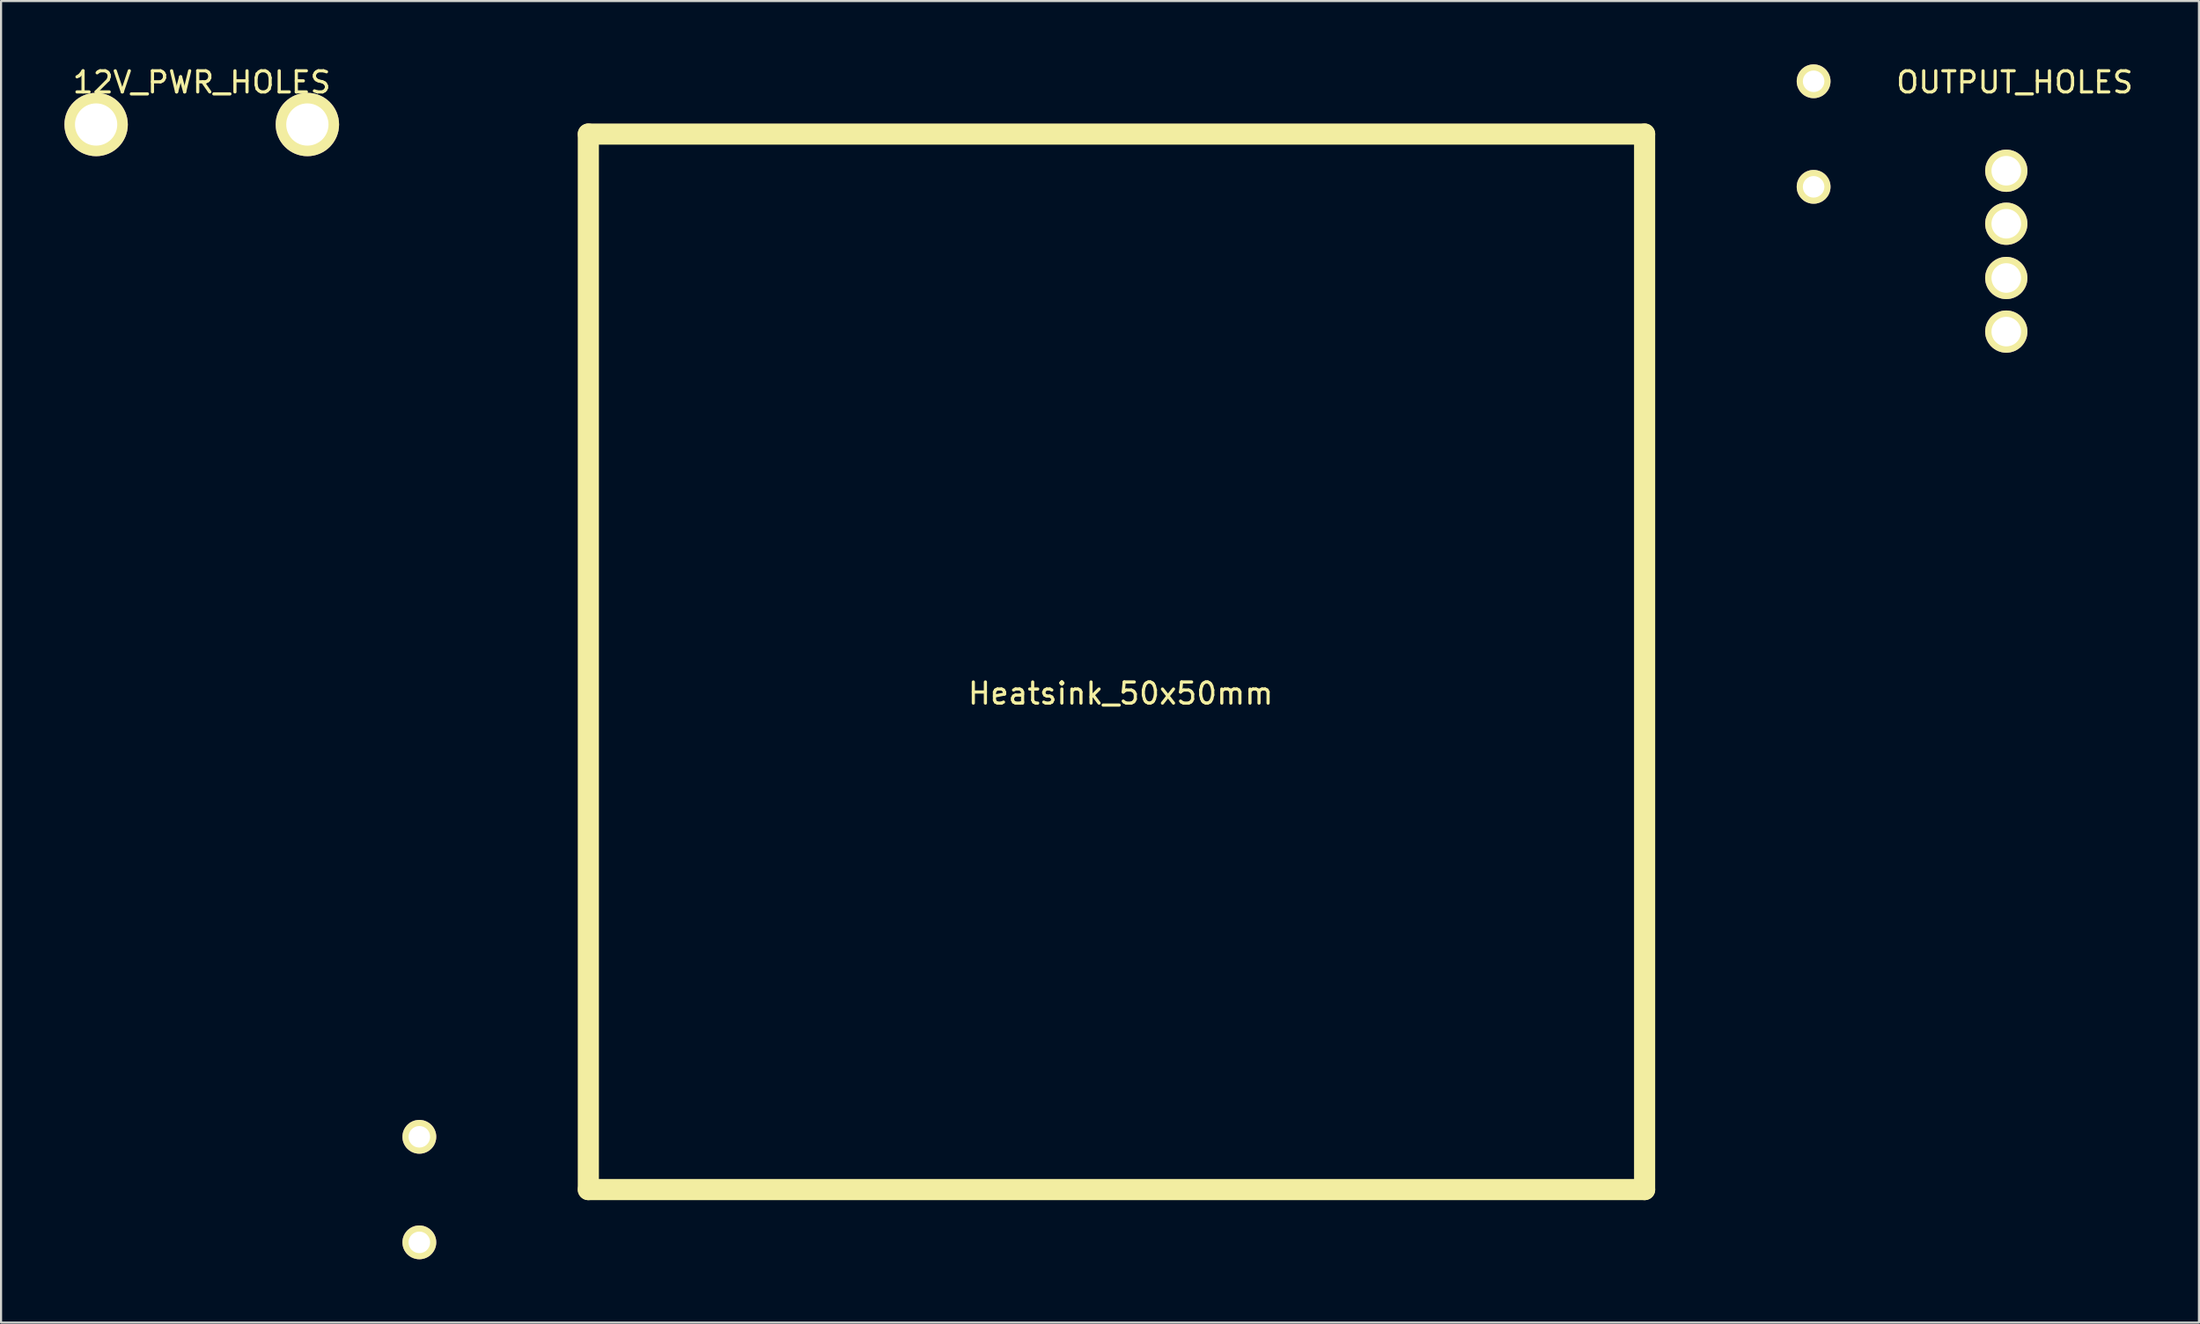
<source format=kicad_pcb>
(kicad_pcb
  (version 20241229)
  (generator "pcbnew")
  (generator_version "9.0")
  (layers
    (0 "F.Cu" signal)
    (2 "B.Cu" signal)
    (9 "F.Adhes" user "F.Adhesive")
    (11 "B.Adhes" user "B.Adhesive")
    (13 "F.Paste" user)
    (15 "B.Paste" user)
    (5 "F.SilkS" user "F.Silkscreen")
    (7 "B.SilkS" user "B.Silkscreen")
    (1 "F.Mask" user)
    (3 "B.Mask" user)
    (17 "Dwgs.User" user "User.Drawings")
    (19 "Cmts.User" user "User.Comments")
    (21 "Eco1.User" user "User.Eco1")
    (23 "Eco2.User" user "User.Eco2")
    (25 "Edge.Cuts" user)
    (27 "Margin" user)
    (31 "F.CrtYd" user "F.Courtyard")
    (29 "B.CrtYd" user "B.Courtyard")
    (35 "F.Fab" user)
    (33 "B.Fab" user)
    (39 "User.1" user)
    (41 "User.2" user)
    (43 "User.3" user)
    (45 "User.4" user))
  (footprint "OUTPUT_HOLES"
    (layer "F.Cu")
    (at 91.92 8.848)
    (property "Reference" "OUTPUT_HOLES" (at 0.4 -8 0) (layer "F.SilkS") (effects (font (size 1 1) (thickness 0.15))))
    (attr through_hole)
    (pad "1" thru_hole circle (at 0 -3.81) (size 2 2) (drill 1.4) (layers "*.Cu" "*.Mask" "F.SilkS"))
    (pad "2" thru_hole circle (at 0 -1.3) (size 2 2) (drill 1.4) (layers "*.Cu" "*.Mask" "F.SilkS"))
    (pad "3" thru_hole circle (at 0 1.27) (size 2 2) (drill 1.4) (layers "*.Cu" "*.Mask" "F.SilkS"))
    (pad "4" thru_hole circle (at 0 3.81) (size 2 2) (drill 1.4) (layers "*.Cu" "*.Mask" "F.SilkS")))
  (footprint "Heatsink_50x50mm"
    (layer "F.Cu")
    (at 49.8 28.3)
    (property "Reference" "Heatsink_50x50mm" (at 0.2 1.5 0) (layer "F.SilkS") (effects (font (size 1 1) (thickness 0.15))))
    (attr through_hole)
    (fp_line (start -25 -25) (end -25 25) (stroke (width 1) (type solid)) (layer "F.SilkS"))
    (fp_line (start -25 -25) (end 25 -25) (stroke (width 1) (type solid)) (layer "F.SilkS"))
    (fp_line (start -25 25) (end 25 25) (stroke (width 1) (type solid)) (layer "F.SilkS"))
    (fp_line (start 25 -25) (end 25 25) (stroke (width 1) (type solid)) (layer "F.SilkS"))
    (pad "1" thru_hole circle (at 33 -27.5) (size 1.6 1.6) (drill 1.02) (layers "*.Cu" "*.Mask" "F.SilkS"))
    (pad "2" thru_hole circle (at 33 -22.5) (size 1.6 1.6) (drill 1.02) (layers "*.Cu" "*.Mask" "F.SilkS"))
    (pad "3" thru_hole circle (at -33 27.5) (size 1.6 1.6) (drill 1.02) (layers "*.Cu" "*.Mask" "F.SilkS"))
    (pad "4" thru_hole circle (at -33 22.5) (size 1.6 1.6) (drill 1.02) (layers "*.Cu" "*.Mask" "F.SilkS")))
  (footprint "12V_PWR_HOLES"
    (layer "F.Cu")
    (at 6.5 2.848)
    (property "Reference" "12V_PWR_HOLES" (at 0 -2 0) (layer "F.SilkS") (effects (font (size 1 1) (thickness 0.15))))
    (attr through_hole)
    (pad "1" thru_hole circle (at -5 0) (size 3 3) (drill 2) (layers "*.Cu" "*.Mask" "F.SilkS"))
    (pad "2" thru_hole circle (at 5 0) (size 3 3) (drill 2) (layers "*.Cu" "*.Mask" "F.SilkS")))
  (gr_rect
    (start -3 -3)
    (end 101.04 59.6)
    (stroke (width 0.1) (type default))
    (fill no)
    (layer "Edge.Cuts")))
</source>
